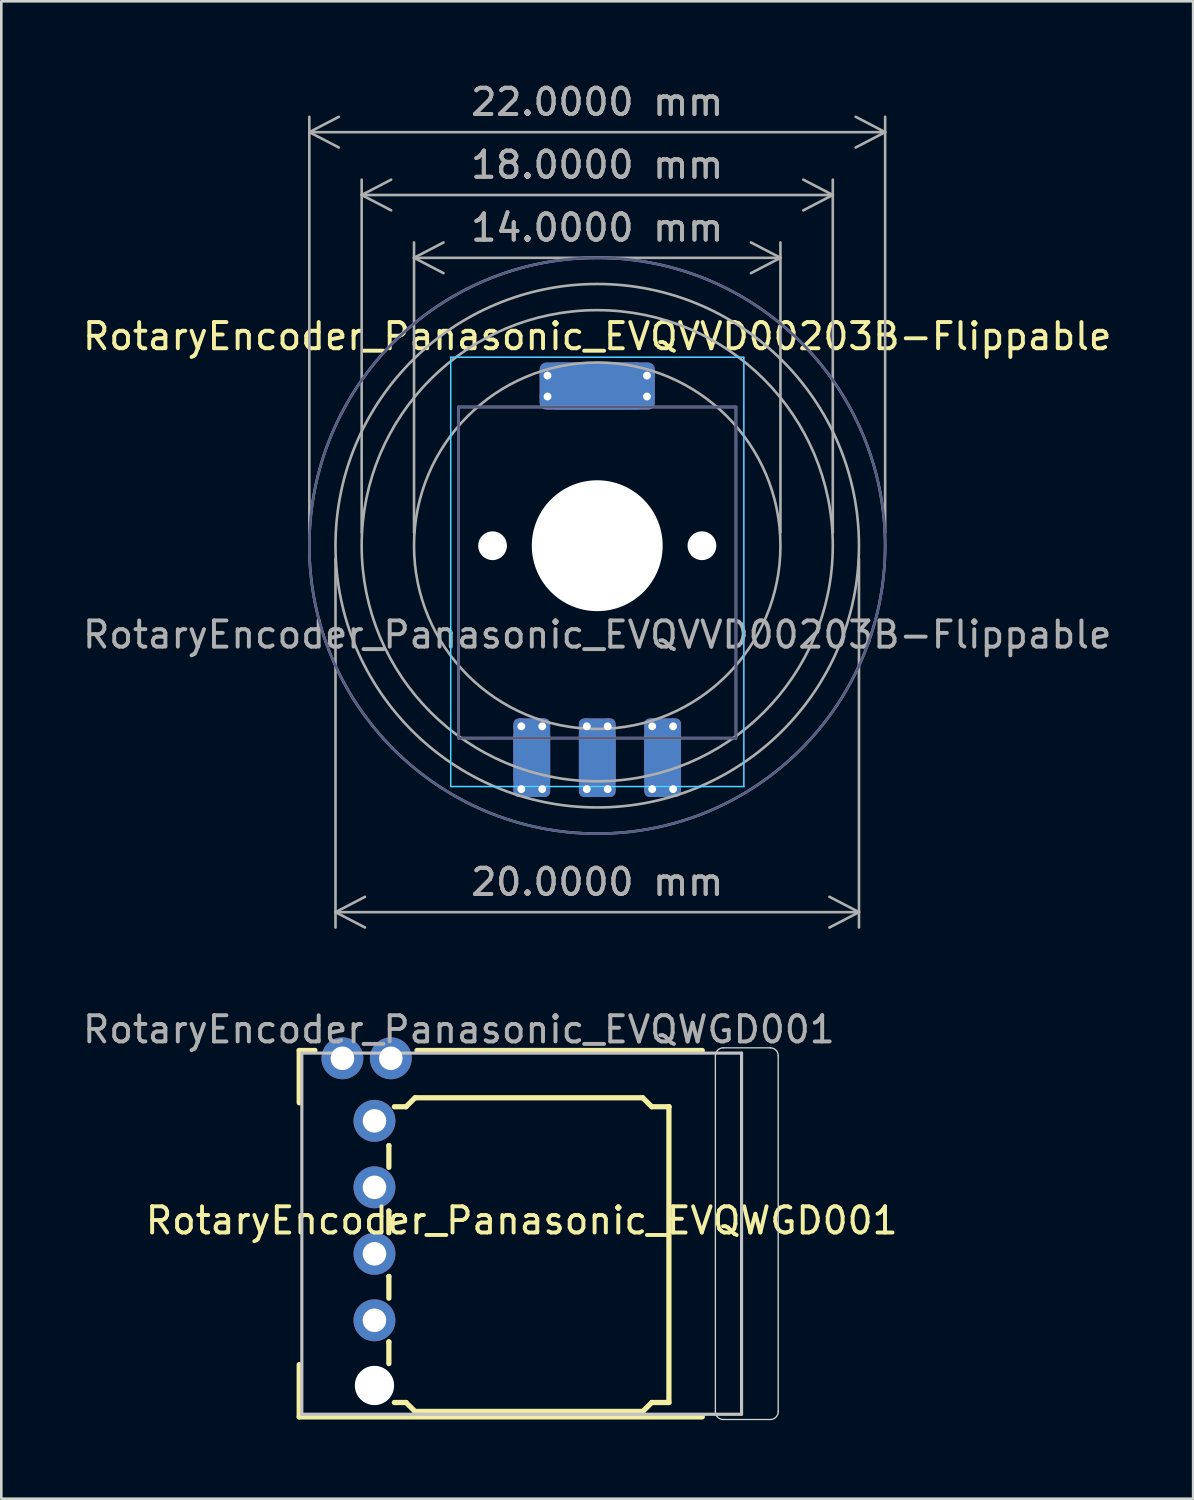
<source format=kicad_pcb>
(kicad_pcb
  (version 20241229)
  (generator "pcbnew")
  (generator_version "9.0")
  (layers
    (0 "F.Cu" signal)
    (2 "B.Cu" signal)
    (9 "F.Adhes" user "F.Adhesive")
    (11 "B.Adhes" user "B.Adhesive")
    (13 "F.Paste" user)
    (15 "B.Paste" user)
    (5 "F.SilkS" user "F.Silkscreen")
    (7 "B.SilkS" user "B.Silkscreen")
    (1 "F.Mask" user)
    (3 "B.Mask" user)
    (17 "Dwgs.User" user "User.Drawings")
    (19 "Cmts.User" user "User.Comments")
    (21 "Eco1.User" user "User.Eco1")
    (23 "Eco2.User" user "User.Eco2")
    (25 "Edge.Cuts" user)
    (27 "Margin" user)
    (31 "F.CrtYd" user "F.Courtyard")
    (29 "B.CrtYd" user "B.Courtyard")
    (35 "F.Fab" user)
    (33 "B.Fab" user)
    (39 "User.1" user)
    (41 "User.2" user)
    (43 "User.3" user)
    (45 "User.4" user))
  (footprint "RotaryEncoder_Panasonic_EVQWGD001"
    (layer "F.Cu")
    (at 17.157 44.884)
    (property "Reference" "RotaryEncoder_Panasonic_EVQWGD001" (at -0.275 -1.3 0) (layer "F.SilkS") (effects (font (size 1 1) (thickness 0.15))))
    (attr through_hole)
    (fp_line (start -8.775 -7.8) (end -8.775 -5.8) (stroke (width 0.2) (type solid)) (layer "F.SilkS"))
    (fp_line (start -8.775 4.2) (end -8.775 6.2) (stroke (width 0.2) (type solid)) (layer "F.SilkS"))
    (fp_line (start -8.775 6.2) (end 6.625 6.2) (stroke (width 0.2) (type solid)) (layer "F.SilkS"))
    (fp_line (start -8.175 -7.8) (end -8.775 -7.8) (stroke (width 0.2) (type solid)) (layer "F.SilkS"))
    (fp_line (start -5.35 -4.165) (end -5.35 -4.165) (stroke (width 0.2) (type solid)) (layer "F.SilkS"))
    (fp_line (start -5.35 -4.165) (end -5.35 -3.335) (stroke (width 0.2) (type solid)) (layer "F.SilkS"))
    (fp_line (start -5.35 -1.665) (end -5.35 -1.665) (stroke (width 0.2) (type solid)) (layer "F.SilkS"))
    (fp_line (start -5.35 -1.665) (end -5.35 -0.835) (stroke (width 0.2) (type solid)) (layer "F.SilkS"))
    (fp_line (start -5.35 0.835) (end -5.35 0.835) (stroke (width 0.2) (type solid)) (layer "F.SilkS"))
    (fp_line (start -5.35 0.835) (end -5.35 1.665) (stroke (width 0.2) (type solid)) (layer "F.SilkS"))
    (fp_line (start -5.35 3.335) (end -5.35 3.335) (stroke (width 0.2) (type solid)) (layer "F.SilkS"))
    (fp_line (start -5.35 3.335) (end -5.35 4.165) (stroke (width 0.2) (type solid)) (layer "F.SilkS"))
    (fp_line (start -5.14 5.65) (end -4.694 5.65) (stroke (width 0.2) (type solid)) (layer "F.SilkS"))
    (fp_line (start -4.694 -5.65) (end -5.14 -5.65) (stroke (width 0.2) (type solid)) (layer "F.SilkS"))
    (fp_line (start -4.694 5.65) (end -4.35 5.992) (stroke (width 0.2) (type solid)) (layer "F.SilkS"))
    (fp_line (start -4.35 -5.992) (end -4.694 -5.65) (stroke (width 0.2) (type solid)) (layer "F.SilkS"))
    (fp_line (start -4.35 5.992) (end 4.35 5.992) (stroke (width 0.2) (type solid)) (layer "F.SilkS"))
    (fp_line (start 4.35 -5.992) (end -4.35 -5.992) (stroke (width 0.2) (type solid)) (layer "F.SilkS"))
    (fp_line (start 4.35 5.992) (end 4.694 5.65) (stroke (width 0.2) (type solid)) (layer "F.SilkS"))
    (fp_line (start 4.694 -5.65) (end 4.35 -5.992) (stroke (width 0.2) (type solid)) (layer "F.SilkS"))
    (fp_line (start 4.694 5.65) (end 5.35 5.65) (stroke (width 0.2) (type solid)) (layer "F.SilkS"))
    (fp_line (start 5.35 -5.65) (end 4.694 -5.65) (stroke (width 0.2) (type solid)) (layer "F.SilkS"))
    (fp_line (start 5.35 -5.65) (end 5.35 -5.65) (stroke (width 0.2) (type solid)) (layer "F.SilkS"))
    (fp_line (start 5.35 -5.65) (end 5.35 5.65) (stroke (width 0.2) (type solid)) (layer "F.SilkS"))
    (fp_line (start 6.625 -7.8) (end -4.275 -7.8) (stroke (width 0.2) (type solid)) (layer "F.SilkS"))
    (fp_line (start -8.675 -7.7) (end 8.125 -7.7) (stroke (width 0.12) (type solid)) (layer "Dwgs.User"))
    (fp_line (start -8.675 6.1) (end -8.675 -7.7) (stroke (width 0.12) (type solid)) (layer "Dwgs.User"))
    (fp_line (start 8.125 -7.7) (end 8.125 6.1) (stroke (width 0.12) (type solid)) (layer "Dwgs.User"))
    (fp_line (start 8.125 6.1) (end -8.675 6.1) (stroke (width 0.12) (type solid)) (layer "Dwgs.User"))
    (fp_line (start 7.125 -7.6) (end 7.125 6) (stroke (width 0.05) (type solid)) (layer "Edge.Cuts"))
    (fp_line (start 7.425 6.3) (end 9.225 6.3) (stroke (width 0.05) (type solid)) (layer "Edge.Cuts"))
    (fp_line (start 9.225 -7.9) (end 7.425 -7.9) (stroke (width 0.05) (type solid)) (layer "Edge.Cuts"))
    (fp_line (start 9.525 6) (end 9.525 -7.6) (stroke (width 0.05) (type solid)) (layer "Edge.Cuts"))
    (fp_arc (start 7.125 -7.599756) (mid 7.212868 -7.811888) (end 7.425 -7.899756) (stroke (width 0.05) (type solid)) (layer "Edge.Cuts"))
    (fp_arc (start 7.425 6.300244) (mid 7.212868 6.212376) (end 7.125 6.000244) (stroke (width 0.05) (type solid)) (layer "Edge.Cuts"))
    (fp_arc (start 9.225 -7.899756) (mid 9.437132 -7.811888) (end 9.525 -7.599756) (stroke (width 0.05) (type solid)) (layer "Edge.Cuts"))
    (fp_arc (start 9.525 6.000244) (mid 9.437132 6.212376) (end 9.225 6.300244) (stroke (width 0.05) (type solid)) (layer "Edge.Cuts"))
    (fp_text user "${REFERENCE}" (at -2.675 -8.6 0) (layer "F.Fab") (effects (font (size 1 1) (thickness 0.15))))
    (pad "" np_thru_hole circle (at -5.9 5) (size 1.5 1.5) (drill 1.5) (layers "*.Cu" "*.Mask"))
    (pad "A" thru_hole circle (at -5.9 -5.11) (size 1.6 1.6) (drill 0.9) (layers "*.Cu" "*.Mask"))
    (pad "B" thru_hole circle (at -5.9 -2.57) (size 1.6 1.6) (drill 0.9) (layers "*.Cu" "*.Mask"))
    (pad "C" thru_hole circle (at -5.9 -0.03) (size 1.6 1.6) (drill 0.9) (layers "*.Cu" "*.Mask"))
    (pad "D" thru_hole circle (at -5.9 2.51) (size 1.6 1.6) (drill 0.9) (layers "*.Cu" "*.Mask"))
    (pad "S1" thru_hole circle (at -7.125 -7.5) (size 1.6 1.6) (drill 0.9) (layers "*.Cu" "*.Mask"))
    (pad "S2" thru_hole circle (at -5.275 -7.5) (size 1.6 1.6) (drill 0.9) (layers "*.Cu" "*.Mask")))
  (footprint "RotaryEncoder_Panasonic_EVQVVD00203B-Flippable"
    (layer "F.Cu")
    (at 19.768 17.8)
    (property "Reference" "RotaryEncoder_Panasonic_EVQVVD00203B-Flippable" (at 0 -8 0) (layer "F.SilkS") (effects (font (size 1 1) (thickness 0.15))))
    (attr smd)
    (fp_line (start -5.6 -7.2) (end -5.6 9.2) (stroke (width 0.05) (type solid)) (layer "B.CrtYd"))
    (fp_line (start -5.6 -7.2) (end 5.6 -7.2) (stroke (width 0.05) (type solid)) (layer "B.CrtYd"))
    (fp_line (start -5.6 9.2) (end 5.6 9.2) (stroke (width 0.05) (type solid)) (layer "B.CrtYd"))
    (fp_line (start 5.6 -7.2) (end 5.6 9.2) (stroke (width 0.05) (type solid)) (layer "B.CrtYd"))
    (fp_line (start -5.6 -7.2) (end -5.6 9.2) (stroke (width 0.05) (type solid)) (layer "F.CrtYd"))
    (fp_line (start 5.6 -7.2) (end -5.6 -7.2) (stroke (width 0.05) (type solid)) (layer "F.CrtYd"))
    (fp_line (start 5.6 -7.2) (end 5.6 9.2) (stroke (width 0.05) (type solid)) (layer "F.CrtYd"))
    (fp_line (start 5.6 9.2) (end -5.6 9.2) (stroke (width 0.05) (type solid)) (layer "F.CrtYd"))
    (fp_line (start -5.3 -5.3) (end -5.3 7.35) (stroke (width 0.1) (type default)) (layer "B.Fab"))
    (fp_line (start -5.3 -5.3) (end 5.3 -5.3) (stroke (width 0.1) (type default)) (layer "B.Fab"))
    (fp_line (start -5.3 7.35) (end 5.3 7.35) (stroke (width 0.1) (type default)) (layer "B.Fab"))
    (fp_line (start -1.5 0) (end -1.5 1.3) (stroke (width 0.1) (type default)) (layer "B.Fab"))
    (fp_line (start -1.5 1.315) (end -1.5 -1.315) (stroke (width 0.1) (type default)) (layer "B.Fab"))
    (fp_line (start 1.5 1.315) (end 1.5 -1.315) (stroke (width 0.1) (type default)) (layer "B.Fab"))
    (fp_line (start 5.3 -5.3) (end 5.3 7.35) (stroke (width 0.1) (type default)) (layer "B.Fab"))
    (fp_arc (start -1.5 -1.315057) (mid 0 -2) (end 1.5 -1.315057) (stroke (width 0.1) (type default)) (layer "B.Fab"))
    (fp_arc (start 1.5 1.315057) (mid 0 2) (end -1.5 1.315057) (stroke (width 0.1) (type default)) (layer "B.Fab"))
    (fp_circle (center 0 0) (end 0 -11) (stroke (width 0.1) (type default)) (fill no) (layer "B.Fab"))
    (fp_line (start -5.3 -5.3) (end -5.3 7.35) (stroke (width 0.1) (type default)) (layer "F.Fab"))
    (fp_line (start -1.5 1.315) (end -1.5 -1.315) (stroke (width 0.1) (type default)) (layer "F.Fab"))
    (fp_line (start 1.5 0) (end 1.5 1.3) (stroke (width 0.1) (type default)) (layer "F.Fab"))
    (fp_line (start 1.5 1.315) (end 1.5 -1.315) (stroke (width 0.1) (type default)) (layer "F.Fab"))
    (fp_line (start 5.3 -5.3) (end -5.3 -5.3) (stroke (width 0.1) (type default)) (layer "F.Fab"))
    (fp_line (start 5.3 -5.3) (end 5.3 7.35) (stroke (width 0.1) (type default)) (layer "F.Fab"))
    (fp_line (start 5.3 7.35) (end -5.3 7.35) (stroke (width 0.1) (type default)) (layer "F.Fab"))
    (fp_arc (start -1.5 -1.315057) (mid 0 -2) (end 1.5 -1.315057) (stroke (width 0.1) (type default)) (layer "F.Fab"))
    (fp_arc (start 1.5 1.315057) (mid 0 2) (end -1.5 1.315057) (stroke (width 0.1) (type default)) (layer "F.Fab"))
    (fp_circle (center 0 0) (end -9 0) (stroke (width 0.1) (type default)) (fill no) (layer "F.Fab"))
    (fp_circle (center 0 0) (end -7 0) (stroke (width 0.1) (type default)) (fill no) (layer "F.Fab"))
    (fp_circle (center 0 0) (end 0 -11) (stroke (width 0.1) (type default)) (fill no) (layer "F.Fab"))
    (fp_circle (center 0 0) (end 0 -10) (stroke (width 0.1) (type default)) (fill no) (layer "F.Fab"))
    (fp_text user "${REFERENCE}" (at 0 3.4 0) (layer "F.Fab") (effects (font (size 1 1) (thickness 0.15))))
    (dimension (type aligned) (layer "F.Fab") (pts (xy 10.768 17.8) (xy 28.768 17.8)) (height -13.4) (format (prefix "") (suffix "") (units 3) (units_format 1) (precision 4)) (style (thickness 0.1) (arrow_length 1.27) (text_position_mode 0) (arrow_direction outward) (extension_height 0.586) (extension_offset 0.5) (keep_text_aligned yes)) (gr_text "18.0000 mm" (at 19.768 3.25 0) (layer "F.Fab") (effects (font (size 1 1) (thickness 0.15)))))
    (dimension (type aligned) (layer "F.Fab") (pts (xy 8.768 17.8) (xy 30.768 17.8)) (height -15.801) (format (prefix "") (suffix "") (units 3) (units_format 1) (precision 4)) (style (thickness 0.1) (arrow_length 1.27) (text_position_mode 0) (arrow_direction outward) (extension_height 0.586) (extension_offset 0.5) (keep_text_aligned yes)) (gr_text "22.0000 mm" (at 19.768 0.848 0) (layer "F.Fab") (effects (font (size 1 1) (thickness 0.15)))))
    (dimension (type aligned) (layer "F.Fab") (pts (xy 12.768 17.8) (xy 26.768 17.8)) (height -11) (format (prefix "") (suffix "") (units 3) (units_format 1) (precision 4)) (style (thickness 0.1) (arrow_length 1.27) (text_position_mode 0) (arrow_direction outward) (extension_height 0.586) (extension_offset 0.5) (keep_text_aligned yes)) (gr_text "14.0000 mm" (at 19.768 5.65 0) (layer "F.Fab") (effects (font (size 1 1) (thickness 0.15)))))
    (dimension (type aligned) (layer "F.Fab") (pts (xy 29.768 17.8) (xy 9.768 17.8)) (height -14) (format (prefix "") (suffix "") (units 3) (units_format 1) (precision 4)) (style (thickness 0.1) (arrow_length 1.27) (text_position_mode 0) (arrow_direction outward) (extension_height 0.586) (extension_offset 0.5) (keep_text_aligned yes)) (gr_text "20.0000 mm" (at 19.768 30.65 0) (layer "F.Fab") (effects (font (size 1 1) (thickness 0.15)))))
    (pad "" np_thru_hole circle (at -4 0) (size 1.1 1.1) (drill 1.1) (layers "*.Cu" "*.Mask"))
    (pad "" np_thru_hole circle (at 0 0) (size 5 5) (drill 5) (layers "*.Cu" "*.Mask"))
    (pad "" np_thru_hole circle (at 4 0) (size 1.1 1.1) (drill 1.1) (layers "*.Cu" "*.Mask"))
    (pad "A" thru_hole circle (at -2.9 6.9 90) (size 0.6 0.6) (drill 0.3) (layers "*.Cu"))
    (pad "A" thru_hole circle (at -2.9 9.3 90) (size 0.6 0.6) (drill 0.3) (layers "*.Cu"))
    (pad "A" smd rect (at -2.5 8.1) (size 1.4 1.8) (layers "F.Cu" "F.Mask"))
    (pad "A" smd rect (at -2.5 8.1) (size 1.4 1.8) (layers "B.Cu" "B.Mask"))
    (pad "A" smd roundrect (at -2.5 8.1) (size 1.4 3) (layers "F.Cu") (roundrect_rratio 0.143))
    (pad "A" smd roundrect (at -2.5 8.1) (size 1.4 3) (layers "B.Cu") (roundrect_rratio 0.143))
    (pad "A" thru_hole circle (at -2.1 6.9 90) (size 0.6 0.6) (drill 0.3) (layers "*.Cu"))
    (pad "A" thru_hole circle (at -2.1 9.3 90) (size 0.6 0.6) (drill 0.3) (layers "*.Cu"))
    (pad "B" thru_hole circle (at 2.1 6.9 90) (size 0.6 0.6) (drill 0.3) (layers "*.Cu"))
    (pad "B" thru_hole circle (at 2.1 9.3 90) (size 0.6 0.6) (drill 0.3) (layers "*.Cu"))
    (pad "B" smd rect (at 2.5 8.1) (size 1.4 1.8) (layers "F.Cu" "F.Mask"))
    (pad "B" smd rect (at 2.5 8.1) (size 1.4 1.8) (layers "B.Cu" "B.Mask"))
    (pad "B" smd roundrect (at 2.5 8.1) (size 1.4 3) (layers "F.Cu") (roundrect_rratio 0.143))
    (pad "B" smd roundrect (at 2.5 8.1) (size 1.4 3) (layers "B.Cu") (roundrect_rratio 0.143))
    (pad "B" thru_hole circle (at 2.9 6.9 90) (size 0.6 0.6) (drill 0.3) (layers "*.Cu"))
    (pad "B" thru_hole circle (at 2.9 9.3 90) (size 0.6 0.6) (drill 0.3) (layers "*.Cu"))
    (pad "C" thru_hole circle (at -1.9 -6.5 180) (size 0.6 0.6) (drill 0.3) (layers "*.Cu"))
    (pad "C" thru_hole circle (at -1.9 -5.7 180) (size 0.6 0.6) (drill 0.3) (layers "*.Cu"))
    (pad "C" thru_hole circle (at -0.4 6.9 90) (size 0.6 0.6) (drill 0.3) (layers "*.Cu"))
    (pad "C" thru_hole circle (at -0.4 9.3 90) (size 0.6 0.6) (drill 0.3) (layers "*.Cu"))
    (pad "C" smd rect (at 0 -6.1 90) (size 1.8 3.2) (layers "F.Cu" "F.Mask"))
    (pad "C" smd rect (at 0 -6.1 270) (size 1.8 3.2) (layers "B.Cu" "B.Mask"))
    (pad "C" smd roundrect (at 0 -6.1 270) (size 1.8 4.4) (layers "F.Cu") (roundrect_rratio 0.143))
    (pad "C" smd roundrect (at 0 -6.1 90) (size 1.8 4.4) (layers "B.Cu") (roundrect_rratio 0.143))
    (pad "C" smd rect (at 0 8.1) (size 1.4 1.8) (layers "F.Cu" "F.Mask"))
    (pad "C" smd rect (at 0 8.1) (size 1.4 1.8) (layers "B.Cu" "B.Mask"))
    (pad "C" smd roundrect (at 0 8.1) (size 1.4 3) (layers "F.Cu") (roundrect_rratio 0.143))
    (pad "C" smd roundrect (at 0 8.1) (size 1.4 3) (layers "B.Cu") (roundrect_rratio 0.143))
    (pad "C" thru_hole circle (at 0.4 6.9 90) (size 0.6 0.6) (drill 0.3) (layers "*.Cu"))
    (pad "C" thru_hole circle (at 0.4 9.3 90) (size 0.6 0.6) (drill 0.3) (layers "*.Cu"))
    (pad "C" thru_hole circle (at 1.9 -6.5 180) (size 0.6 0.6) (drill 0.3) (layers "*.Cu"))
    (pad "C" thru_hole circle (at 1.9 -5.7 180) (size 0.6 0.6) (drill 0.3) (layers "*.Cu")))
  (gr_rect
    (start -3 -3)
    (end 42.536 54.209)
    (stroke (width 0.1) (type default))
    (fill no)
    (layer "Edge.Cuts")))
</source>
